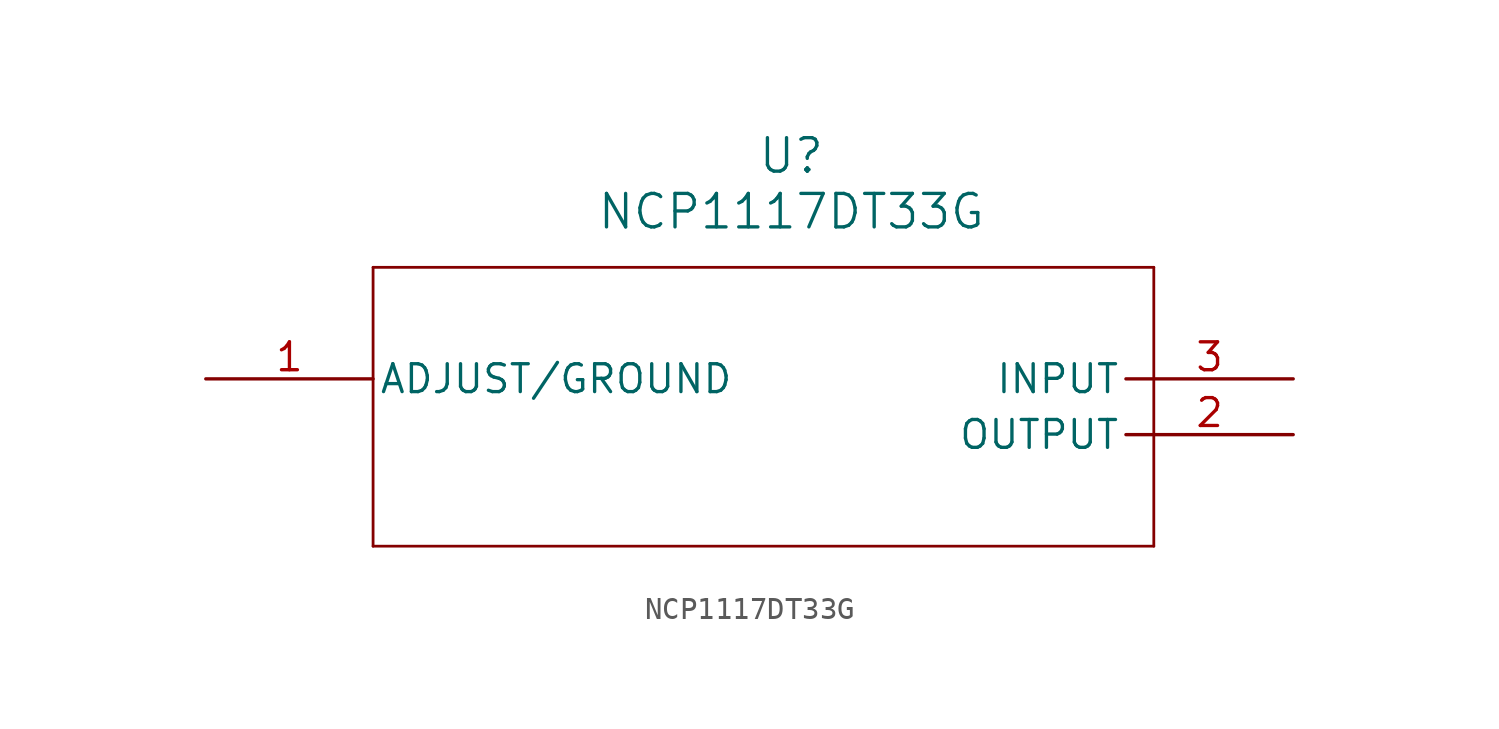
<source format=kicad_sym>
(kicad_symbol_lib
  (version 20220914)
  (generator kicad_symbol_editor)
  (symbol "NCP1117DT33G"
    (pin_names
      (offset 0.254))
    (property "Reference" "U"
      (at 26.67 10.16 0)
      (effects (font (size 1.524 1.524))))
    (property "Value" "NCP1117DT33G"
      (at 26.67 7.62 0)
      (effects (font (size 1.524 1.524))))
    (symbol "NCP1117DT33G_0_1"
      (polyline (pts (xy 7.62 -7.62) (xy 43.18 -7.62)) (stroke (width 0.127) (type default)) (fill (type none)))
      (polyline (pts (xy 7.62 5.08) (xy 7.62 -7.62)) (stroke (width 0.127) (type default)) (fill (type none)))
      (polyline (pts (xy 43.18 -7.62) (xy 43.18 5.08)) (stroke (width 0.127) (type default)) (fill (type none)))
      (polyline (pts (xy 43.18 5.08) (xy 7.62 5.08)) (stroke (width 0.127) (type default)) (fill (type none)))
      (pin output line (at 49.53 -2.54 180) (length 7.62) (name "OUTPUT" (effects (font (size 1.27 1.27)))) (number "2" (effects (font (size 1.27 1.27)))))
      (pin input line (at 49.53 0 180) (length 7.62) (name "INPUT" (effects (font (size 1.27 1.27)))) (number "3" (effects (font (size 1.27 1.27))))))
    (symbol "NCP1117DT33G_1_1"
      (pin power_in line (at 0 0 0) (length 7.62) (name "ADJUST/GROUND" (effects (font (size 1.27 1.27)))) (number "1" (effects (font (size 1.27 1.27))))))))
</source>
